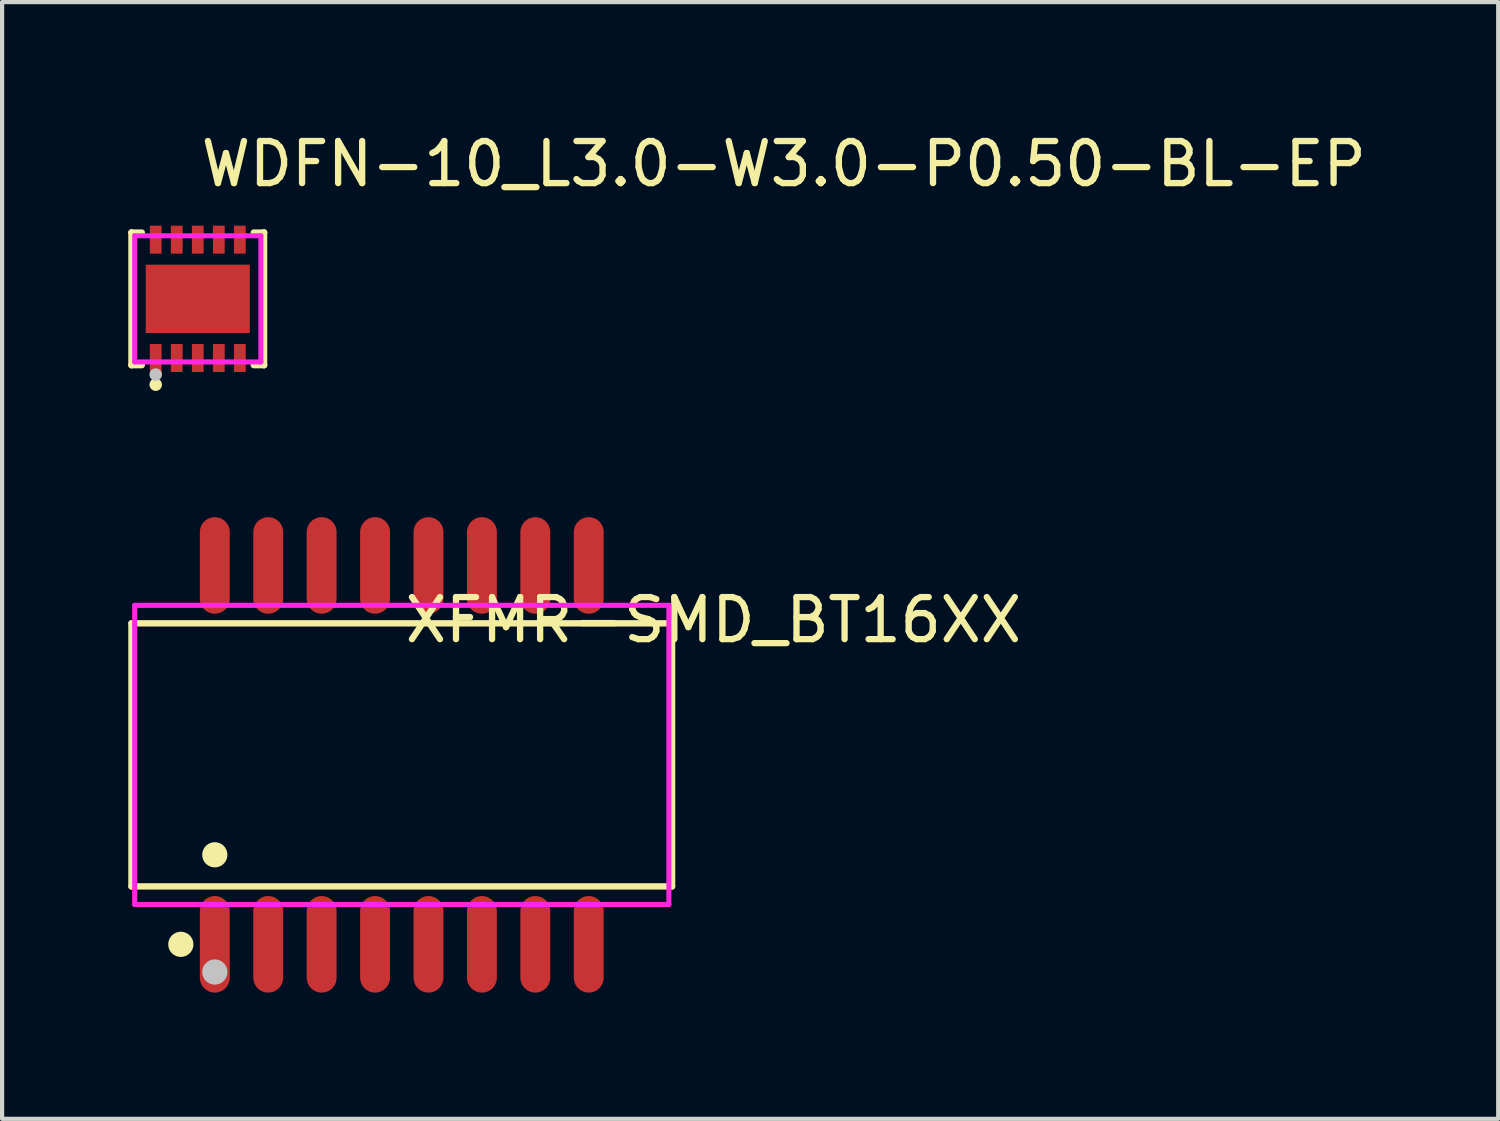
<source format=kicad_pcb>
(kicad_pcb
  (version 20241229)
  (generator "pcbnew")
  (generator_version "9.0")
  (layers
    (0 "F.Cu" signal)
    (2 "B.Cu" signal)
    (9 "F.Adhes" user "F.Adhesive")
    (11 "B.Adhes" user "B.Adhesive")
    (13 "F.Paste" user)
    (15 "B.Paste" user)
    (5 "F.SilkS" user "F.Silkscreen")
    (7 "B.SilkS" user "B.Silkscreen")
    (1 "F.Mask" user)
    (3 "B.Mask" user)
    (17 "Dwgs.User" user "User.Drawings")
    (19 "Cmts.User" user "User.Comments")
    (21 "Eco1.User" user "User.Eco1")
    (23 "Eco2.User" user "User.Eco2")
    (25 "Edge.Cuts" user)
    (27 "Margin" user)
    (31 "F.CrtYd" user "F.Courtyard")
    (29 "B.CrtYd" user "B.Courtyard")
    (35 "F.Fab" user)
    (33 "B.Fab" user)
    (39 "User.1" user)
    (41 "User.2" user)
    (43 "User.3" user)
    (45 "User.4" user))
  (footprint "XFMR-SMD_BT16XX"
    (layer "F.Cu")
    (at 6.502 14.897)
    (property "Reference" "XFMR-SMD_BT16XX" (at 0 -3.207 0) (layer "F.SilkS") (effects (font (size 1 1) (thickness 0.15)) (justify left)))
    (attr through_hole)
    (fp_line (start -6.426 -3.128) (end 6.426 -3.128) (stroke (width 0.152) (type solid)) (layer "F.SilkS"))
    (fp_line (start -6.426 3.127) (end -6.426 -3.128) (stroke (width 0.152) (type solid)) (layer "F.SilkS"))
    (fp_line (start 6.426 -3.128) (end 6.426 3.127) (stroke (width 0.152) (type solid)) (layer "F.SilkS"))
    (fp_line (start 6.426 3.127) (end -6.426 3.127) (stroke (width 0.152) (type solid)) (layer "F.SilkS"))
    (fp_circle (center -5.253 4.504) (end -5.103 4.504) (stroke (width 0.3) (type solid)) (fill no) (layer "F.SilkS"))
    (fp_circle (center -4.445 2.375) (end -4.295 2.375) (stroke (width 0.3) (type solid)) (fill no) (layer "F.SilkS"))
    (fp_circle (center -4.445 5.162) (end -4.295 5.162) (stroke (width 0.3) (type solid)) (fill no) (layer "Dwgs.User"))
    (fp_line (start -4.699 -3.883) (end -4.699 -3.546) (stroke (width 0.12) (type solid)) (layer "Eco2.User"))
    (fp_line (start -4.699 -3.546) (end -4.191 -3.546) (stroke (width 0.12) (type solid)) (layer "Eco2.User"))
    (fp_line (start -4.699 3.546) (end -4.191 3.546) (stroke (width 0.12) (type solid)) (layer "Eco2.User"))
    (fp_line (start -4.699 3.882) (end -4.699 3.546) (stroke (width 0.12) (type solid)) (layer "Eco2.User"))
    (fp_line (start -4.191 -3.883) (end -4.699 -3.883) (stroke (width 0.12) (type solid)) (layer "Eco2.User"))
    (fp_line (start -4.191 -3.546) (end -4.191 -3.883) (stroke (width 0.12) (type solid)) (layer "Eco2.User"))
    (fp_line (start -4.191 3.546) (end -4.191 3.882) (stroke (width 0.12) (type solid)) (layer "Eco2.User"))
    (fp_line (start -4.191 3.882) (end -4.699 3.882) (stroke (width 0.12) (type solid)) (layer "Eco2.User"))
    (fp_line (start -3.429 -3.883) (end -3.429 -3.546) (stroke (width 0.12) (type solid)) (layer "Eco2.User"))
    (fp_line (start -3.429 -3.546) (end -2.921 -3.546) (stroke (width 0.12) (type solid)) (layer "Eco2.User"))
    (fp_line (start -3.429 3.546) (end -2.921 3.546) (stroke (width 0.12) (type solid)) (layer "Eco2.User"))
    (fp_line (start -3.429 3.882) (end -3.429 3.546) (stroke (width 0.12) (type solid)) (layer "Eco2.User"))
    (fp_line (start -2.921 -3.883) (end -3.429 -3.883) (stroke (width 0.12) (type solid)) (layer "Eco2.User"))
    (fp_line (start -2.921 -3.546) (end -2.921 -3.883) (stroke (width 0.12) (type solid)) (layer "Eco2.User"))
    (fp_line (start -2.921 3.546) (end -2.921 3.882) (stroke (width 0.12) (type solid)) (layer "Eco2.User"))
    (fp_line (start -2.921 3.882) (end -3.429 3.882) (stroke (width 0.12) (type solid)) (layer "Eco2.User"))
    (fp_line (start -2.159 -3.883) (end -2.159 -3.546) (stroke (width 0.12) (type solid)) (layer "Eco2.User"))
    (fp_line (start -2.159 -3.546) (end -1.651 -3.546) (stroke (width 0.12) (type solid)) (layer "Eco2.User"))
    (fp_line (start -2.159 3.546) (end -1.651 3.546) (stroke (width 0.12) (type solid)) (layer "Eco2.User"))
    (fp_line (start -2.159 3.882) (end -2.159 3.546) (stroke (width 0.12) (type solid)) (layer "Eco2.User"))
    (fp_line (start -1.651 -3.883) (end -2.159 -3.883) (stroke (width 0.12) (type solid)) (layer "Eco2.User"))
    (fp_line (start -1.651 -3.546) (end -1.651 -3.883) (stroke (width 0.12) (type solid)) (layer "Eco2.User"))
    (fp_line (start -1.651 3.546) (end -1.651 3.882) (stroke (width 0.12) (type solid)) (layer "Eco2.User"))
    (fp_line (start -1.651 3.882) (end -2.159 3.882) (stroke (width 0.12) (type solid)) (layer "Eco2.User"))
    (fp_line (start -0.889 -3.883) (end -0.889 -3.546) (stroke (width 0.12) (type solid)) (layer "Eco2.User"))
    (fp_line (start -0.889 -3.546) (end -0.381 -3.546) (stroke (width 0.12) (type solid)) (layer "Eco2.User"))
    (fp_line (start -0.889 3.546) (end -0.381 3.546) (stroke (width 0.12) (type solid)) (layer "Eco2.User"))
    (fp_line (start -0.889 3.882) (end -0.889 3.546) (stroke (width 0.12) (type solid)) (layer "Eco2.User"))
    (fp_line (start -0.381 -3.883) (end -0.889 -3.883) (stroke (width 0.12) (type solid)) (layer "Eco2.User"))
    (fp_line (start -0.381 -3.546) (end -0.381 -3.883) (stroke (width 0.12) (type solid)) (layer "Eco2.User"))
    (fp_line (start -0.381 3.546) (end -0.381 3.882) (stroke (width 0.12) (type solid)) (layer "Eco2.User"))
    (fp_line (start -0.381 3.882) (end -0.889 3.882) (stroke (width 0.12) (type solid)) (layer "Eco2.User"))
    (fp_line (start 0.381 -3.883) (end 0.381 -3.546) (stroke (width 0.12) (type solid)) (layer "Eco2.User"))
    (fp_line (start 0.381 -3.546) (end 0.889 -3.546) (stroke (width 0.12) (type solid)) (layer "Eco2.User"))
    (fp_line (start 0.381 3.546) (end 0.889 3.546) (stroke (width 0.12) (type solid)) (layer "Eco2.User"))
    (fp_line (start 0.381 3.882) (end 0.381 3.546) (stroke (width 0.12) (type solid)) (layer "Eco2.User"))
    (fp_line (start 0.889 -3.883) (end 0.381 -3.883) (stroke (width 0.12) (type solid)) (layer "Eco2.User"))
    (fp_line (start 0.889 -3.546) (end 0.889 -3.883) (stroke (width 0.12) (type solid)) (layer "Eco2.User"))
    (fp_line (start 0.889 3.546) (end 0.889 3.882) (stroke (width 0.12) (type solid)) (layer "Eco2.User"))
    (fp_line (start 0.889 3.882) (end 0.381 3.882) (stroke (width 0.12) (type solid)) (layer "Eco2.User"))
    (fp_line (start 1.651 -3.883) (end 1.651 -3.546) (stroke (width 0.12) (type solid)) (layer "Eco2.User"))
    (fp_line (start 1.651 -3.546) (end 2.159 -3.546) (stroke (width 0.12) (type solid)) (layer "Eco2.User"))
    (fp_line (start 1.651 3.546) (end 2.159 3.546) (stroke (width 0.12) (type solid)) (layer "Eco2.User"))
    (fp_line (start 1.651 3.882) (end 1.651 3.546) (stroke (width 0.12) (type solid)) (layer "Eco2.User"))
    (fp_line (start 2.159 -3.883) (end 1.651 -3.883) (stroke (width 0.12) (type solid)) (layer "Eco2.User"))
    (fp_line (start 2.159 -3.546) (end 2.159 -3.883) (stroke (width 0.12) (type solid)) (layer "Eco2.User"))
    (fp_line (start 2.159 3.546) (end 2.159 3.882) (stroke (width 0.12) (type solid)) (layer "Eco2.User"))
    (fp_line (start 2.159 3.882) (end 1.651 3.882) (stroke (width 0.12) (type solid)) (layer "Eco2.User"))
    (fp_line (start 2.921 -3.883) (end 2.921 -3.546) (stroke (width 0.12) (type solid)) (layer "Eco2.User"))
    (fp_line (start 2.921 -3.546) (end 3.429 -3.546) (stroke (width 0.12) (type solid)) (layer "Eco2.User"))
    (fp_line (start 2.921 3.546) (end 3.429 3.546) (stroke (width 0.12) (type solid)) (layer "Eco2.User"))
    (fp_line (start 2.921 3.882) (end 2.921 3.546) (stroke (width 0.12) (type solid)) (layer "Eco2.User"))
    (fp_line (start 3.429 -3.883) (end 2.921 -3.883) (stroke (width 0.12) (type solid)) (layer "Eco2.User"))
    (fp_line (start 3.429 -3.546) (end 3.429 -3.883) (stroke (width 0.12) (type solid)) (layer "Eco2.User"))
    (fp_line (start 3.429 3.546) (end 3.429 3.882) (stroke (width 0.12) (type solid)) (layer "Eco2.User"))
    (fp_line (start 3.429 3.882) (end 2.921 3.882) (stroke (width 0.12) (type solid)) (layer "Eco2.User"))
    (fp_line (start 4.191 -3.883) (end 4.191 -3.546) (stroke (width 0.12) (type solid)) (layer "Eco2.User"))
    (fp_line (start 4.191 -3.546) (end 4.699 -3.546) (stroke (width 0.12) (type solid)) (layer "Eco2.User"))
    (fp_line (start 4.191 3.546) (end 4.699 3.546) (stroke (width 0.12) (type solid)) (layer "Eco2.User"))
    (fp_line (start 4.191 3.882) (end 4.191 3.546) (stroke (width 0.12) (type solid)) (layer "Eco2.User"))
    (fp_line (start 4.699 -3.883) (end 4.191 -3.883) (stroke (width 0.12) (type solid)) (layer "Eco2.User"))
    (fp_line (start 4.699 -3.546) (end 4.699 -3.883) (stroke (width 0.12) (type solid)) (layer "Eco2.User"))
    (fp_line (start 4.699 3.546) (end 4.699 3.882) (stroke (width 0.12) (type solid)) (layer "Eco2.User"))
    (fp_line (start 4.699 3.882) (end 4.191 3.882) (stroke (width 0.12) (type solid)) (layer "Eco2.User"))
    (fp_circle (center -6.35 4.762) (end -6.32 4.762) (stroke (width 0.06) (type solid)) (fill no) (layer "Eco2.User"))
    (fp_poly (pts (xy -4.699 -4.763) (xy -4.699 -3.873) (xy -4.191 -3.873) (xy -4.191 -4.763)) (stroke (width 0.12) (type solid)) (fill no) (layer "Eco2.User"))
    (fp_poly (pts (xy -4.699 4.762) (xy -4.699 3.872) (xy -4.191 3.872) (xy -4.191 4.762)) (stroke (width 0.12) (type solid)) (fill no) (layer "Eco2.User"))
    (fp_poly (pts (xy -3.429 -4.763) (xy -3.429 -3.873) (xy -2.921 -3.873) (xy -2.921 -4.763)) (stroke (width 0.12) (type solid)) (fill no) (layer "Eco2.User"))
    (fp_poly (pts (xy -3.429 4.762) (xy -3.429 3.872) (xy -2.921 3.872) (xy -2.921 4.762)) (stroke (width 0.12) (type solid)) (fill no) (layer "Eco2.User"))
    (fp_poly (pts (xy -2.159 -4.763) (xy -2.159 -3.873) (xy -1.651 -3.873) (xy -1.651 -4.763)) (stroke (width 0.12) (type solid)) (fill no) (layer "Eco2.User"))
    (fp_poly (pts (xy -2.159 4.762) (xy -2.159 3.872) (xy -1.651 3.872) (xy -1.651 4.762)) (stroke (width 0.12) (type solid)) (fill no) (layer "Eco2.User"))
    (fp_poly (pts (xy -0.889 -4.763) (xy -0.889 -3.873) (xy -0.381 -3.873) (xy -0.381 -4.763)) (stroke (width 0.12) (type solid)) (fill no) (layer "Eco2.User"))
    (fp_poly (pts (xy -0.889 4.762) (xy -0.889 3.872) (xy -0.381 3.872) (xy -0.381 4.762)) (stroke (width 0.12) (type solid)) (fill no) (layer "Eco2.User"))
    (fp_poly (pts (xy 0.381 -4.763) (xy 0.381 -3.873) (xy 0.889 -3.873) (xy 0.889 -4.763)) (stroke (width 0.12) (type solid)) (fill no) (layer "Eco2.User"))
    (fp_poly (pts (xy 0.381 4.762) (xy 0.381 3.872) (xy 0.889 3.872) (xy 0.889 4.762)) (stroke (width 0.12) (type solid)) (fill no) (layer "Eco2.User"))
    (fp_poly (pts (xy 1.651 -4.763) (xy 1.651 -3.873) (xy 2.159 -3.873) (xy 2.159 -4.763)) (stroke (width 0.12) (type solid)) (fill no) (layer "Eco2.User"))
    (fp_poly (pts (xy 1.651 4.762) (xy 1.651 3.872) (xy 2.159 3.872) (xy 2.159 4.762)) (stroke (width 0.12) (type solid)) (fill no) (layer "Eco2.User"))
    (fp_poly (pts (xy 2.921 -4.763) (xy 2.921 -3.873) (xy 3.429 -3.873) (xy 3.429 -4.763)) (stroke (width 0.12) (type solid)) (fill no) (layer "Eco2.User"))
    (fp_poly (pts (xy 2.921 4.762) (xy 2.921 3.872) (xy 3.429 3.872) (xy 3.429 4.762)) (stroke (width 0.12) (type solid)) (fill no) (layer "Eco2.User"))
    (fp_poly (pts (xy 4.191 -4.763) (xy 4.191 -3.873) (xy 4.699 -3.873) (xy 4.699 -4.763)) (stroke (width 0.12) (type solid)) (fill no) (layer "Eco2.User"))
    (fp_poly (pts (xy 4.191 4.762) (xy 4.191 3.872) (xy 4.699 3.872) (xy 4.699 4.762)) (stroke (width 0.12) (type solid)) (fill no) (layer "Eco2.User"))
    (fp_line (start -6.35 -3.556) (end 6.35 -3.556) (stroke (width 0.12) (type solid)) (layer "F.CrtYd"))
    (fp_line (start -6.35 3.556) (end -6.35 -3.556) (stroke (width 0.12) (type solid)) (layer "F.CrtYd"))
    (fp_line (start 6.35 -3.556) (end 6.35 3.556) (stroke (width 0.12) (type solid)) (layer "F.CrtYd"))
    (fp_line (start 6.35 3.556) (end -6.35 3.556) (stroke (width 0.12) (type solid)) (layer "F.CrtYd"))
    (pad "1" smd oval (at -4.445 4.504) (size 0.711 2.296) (layers "F.Cu" "F.Mask" "F.Paste"))
    (pad "2" smd oval (at -3.175 4.504) (size 0.711 2.296) (layers "F.Cu" "F.Mask" "F.Paste"))
    (pad "3" smd oval (at -1.905 4.504) (size 0.711 2.296) (layers "F.Cu" "F.Mask" "F.Paste"))
    (pad "4" smd oval (at -0.635 4.504) (size 0.711 2.296) (layers "F.Cu" "F.Mask" "F.Paste"))
    (pad "5" smd oval (at 0.635 4.504) (size 0.711 2.296) (layers "F.Cu" "F.Mask" "F.Paste"))
    (pad "6" smd oval (at 1.905 4.504) (size 0.711 2.296) (layers "F.Cu" "F.Mask" "F.Paste"))
    (pad "7" smd oval (at 3.175 4.504) (size 0.711 2.296) (layers "F.Cu" "F.Mask" "F.Paste"))
    (pad "8" smd oval (at 4.445 4.504) (size 0.711 2.296) (layers "F.Cu" "F.Mask" "F.Paste"))
    (pad "9" smd oval (at 4.445 -4.504) (size 0.711 2.296) (layers "F.Cu" "F.Mask" "F.Paste"))
    (pad "10" smd oval (at 3.175 -4.504) (size 0.711 2.296) (layers "F.Cu" "F.Mask" "F.Paste"))
    (pad "11" smd oval (at 1.905 -4.504) (size 0.711 2.296) (layers "F.Cu" "F.Mask" "F.Paste"))
    (pad "12" smd oval (at 0.635 -4.504) (size 0.711 2.296) (layers "F.Cu" "F.Mask" "F.Paste"))
    (pad "13" smd oval (at -0.635 -4.504) (size 0.711 2.296) (layers "F.Cu" "F.Mask" "F.Paste"))
    (pad "14" smd oval (at -1.905 -4.504) (size 0.711 2.296) (layers "F.Cu" "F.Mask" "F.Paste"))
    (pad "15" smd oval (at -3.175 -4.504) (size 0.711 2.296) (layers "F.Cu" "F.Mask" "F.Paste"))
    (pad "16" smd oval (at -4.445 -4.504) (size 0.711 2.296) (layers "F.Cu" "F.Mask" "F.Paste")))
  (footprint "WDFN-10_L3.0-W3.0-P0.50-BL-EP"
    (layer "F.Cu")
    (at 1.652 4.055)
    (property "Reference" "WDFN-10_L3.0-W3.0-P0.50-BL-EP" (at 0 -3.207 0) (layer "F.SilkS") (effects (font (size 1 1) (thickness 0.15)) (justify left)))
    (attr through_hole)
    (fp_line (start -1.576 -1.576) (end -1.576 -1.576) (stroke (width 0.152) (type solid)) (layer "F.SilkS"))
    (fp_line (start -1.576 -1.576) (end -1.331 -1.576) (stroke (width 0.152) (type solid)) (layer "F.SilkS"))
    (fp_line (start -1.576 1.576) (end -1.576 -1.576) (stroke (width 0.152) (type solid)) (layer "F.SilkS"))
    (fp_line (start -1.576 1.576) (end -1.576 1.576) (stroke (width 0.152) (type solid)) (layer "F.SilkS"))
    (fp_line (start -1.331 1.576) (end -1.576 1.576) (stroke (width 0.152) (type solid)) (layer "F.SilkS"))
    (fp_line (start 1.331 1.576) (end 1.576 1.576) (stroke (width 0.152) (type solid)) (layer "F.SilkS"))
    (fp_line (start 1.576 -1.576) (end 1.331 -1.576) (stroke (width 0.152) (type solid)) (layer "F.SilkS"))
    (fp_line (start 1.576 -1.576) (end 1.576 -1.576) (stroke (width 0.152) (type solid)) (layer "F.SilkS"))
    (fp_line (start 1.576 1.576) (end 1.576 -1.576) (stroke (width 0.152) (type solid)) (layer "F.SilkS"))
    (fp_line (start 1.576 1.576) (end 1.576 1.576) (stroke (width 0.152) (type solid)) (layer "F.SilkS"))
    (fp_circle (center -1 2.04) (end -0.925 2.04) (stroke (width 0.15) (type solid)) (fill no) (layer "F.SilkS"))
    (fp_circle (center -1 1.8) (end -0.925 1.8) (stroke (width 0.15) (type solid)) (fill no) (layer "Dwgs.User"))
    (fp_circle (center -1.5 1.5) (end -1.47 1.5) (stroke (width 0.06) (type solid)) (fill no) (layer "Eco2.User"))
    (fp_poly (pts (xy -1.12 -1.5) (xy -1.12 -1.1) (xy -0.88 -1.1) (xy -0.88 -1.5)) (stroke (width 0.12) (type solid)) (fill no) (layer "Eco2.User"))
    (fp_poly (pts (xy -1.12 1.5) (xy -1.12 1.1) (xy -0.88 1.1) (xy -0.88 1.5)) (stroke (width 0.12) (type solid)) (fill no) (layer "Eco2.User"))
    (fp_poly (pts (xy -0.62 -1.5) (xy -0.62 -1.1) (xy -0.38 -1.1) (xy -0.38 -1.5)) (stroke (width 0.12) (type solid)) (fill no) (layer "Eco2.User"))
    (fp_poly (pts (xy -0.62 1.5) (xy -0.62 1.1) (xy -0.38 1.1) (xy -0.38 1.5)) (stroke (width 0.12) (type solid)) (fill no) (layer "Eco2.User"))
    (fp_poly (pts (xy -0.12 -1.5) (xy -0.12 -1.1) (xy 0.12 -1.1) (xy 0.12 -1.5)) (stroke (width 0.12) (type solid)) (fill no) (layer "Eco2.User"))
    (fp_poly (pts (xy -0.12 1.5) (xy -0.12 1.1) (xy 0.12 1.1) (xy 0.12 1.5)) (stroke (width 0.12) (type solid)) (fill no) (layer "Eco2.User"))
    (fp_poly (pts (xy 0.38 -1.5) (xy 0.38 -1.1) (xy 0.62 -1.1) (xy 0.62 -1.5)) (stroke (width 0.12) (type solid)) (fill no) (layer "Eco2.User"))
    (fp_poly (pts (xy 0.38 1.5) (xy 0.38 1.1) (xy 0.62 1.1) (xy 0.62 1.5)) (stroke (width 0.12) (type solid)) (fill no) (layer "Eco2.User"))
    (fp_poly (pts (xy 0.88 -1.5) (xy 0.88 -1.1) (xy 1.12 -1.1) (xy 1.12 -1.5)) (stroke (width 0.12) (type solid)) (fill no) (layer "Eco2.User"))
    (fp_poly (pts (xy 0.88 1.5) (xy 0.88 1.1) (xy 1.12 1.1) (xy 1.12 1.5)) (stroke (width 0.12) (type solid)) (fill no) (layer "Eco2.User"))
    (fp_poly (pts (xy -1.237 0.65) (xy -1.237 -0.812) (xy 1.237 -0.812) (xy 1.237 0.812) (xy -1.075 0.812)) (stroke (width 0.12) (type solid)) (fill no) (layer "Eco2.User"))
    (fp_line (start -1.5 -1.5) (end 1.5 -1.5) (stroke (width 0.12) (type solid)) (layer "F.CrtYd"))
    (fp_line (start -1.5 1.5) (end -1.5 -1.5) (stroke (width 0.12) (type solid)) (layer "F.CrtYd"))
    (fp_line (start 1.5 -1.5) (end 1.5 1.5) (stroke (width 0.12) (type solid)) (layer "F.CrtYd"))
    (fp_line (start 1.5 1.5) (end -1.5 1.5) (stroke (width 0.12) (type solid)) (layer "F.CrtYd"))
    (pad "1" smd rect (at -1 1.407) (size 0.28 0.665) (layers "F.Cu" "F.Mask" "F.Paste"))
    (pad "2" smd rect (at -0.5 1.407) (size 0.28 0.665) (layers "F.Cu" "F.Mask" "F.Paste"))
    (pad "3" smd rect (at 0 1.407) (size 0.28 0.665) (layers "F.Cu" "F.Mask" "F.Paste"))
    (pad "4" smd rect (at 0.5 1.407) (size 0.28 0.665) (layers "F.Cu" "F.Mask" "F.Paste"))
    (pad "5" smd rect (at 1 1.407) (size 0.28 0.665) (layers "F.Cu" "F.Mask" "F.Paste"))
    (pad "6" smd rect (at 1 -1.407) (size 0.28 0.665) (layers "F.Cu" "F.Mask" "F.Paste"))
    (pad "7" smd rect (at 0.5 -1.407) (size 0.28 0.665) (layers "F.Cu" "F.Mask" "F.Paste"))
    (pad "8" smd rect (at 0 -1.407) (size 0.28 0.665) (layers "F.Cu" "F.Mask" "F.Paste"))
    (pad "9" smd rect (at -0.5 -1.407) (size 0.28 0.665) (layers "F.Cu" "F.Mask" "F.Paste"))
    (pad "10" smd rect (at -1 -1.407) (size 0.28 0.665) (layers "F.Cu" "F.Mask" "F.Paste"))
    (pad "11" smd rect (at 0 0) (size 2.475 1.625) (layers "F.Cu" "F.Mask" "F.Paste")))
  (gr_rect
    (start -3 -3)
    (end 32.569 23.549)
    (stroke (width 0.1) (type default))
    (fill no)
    (layer "Edge.Cuts")))
</source>
